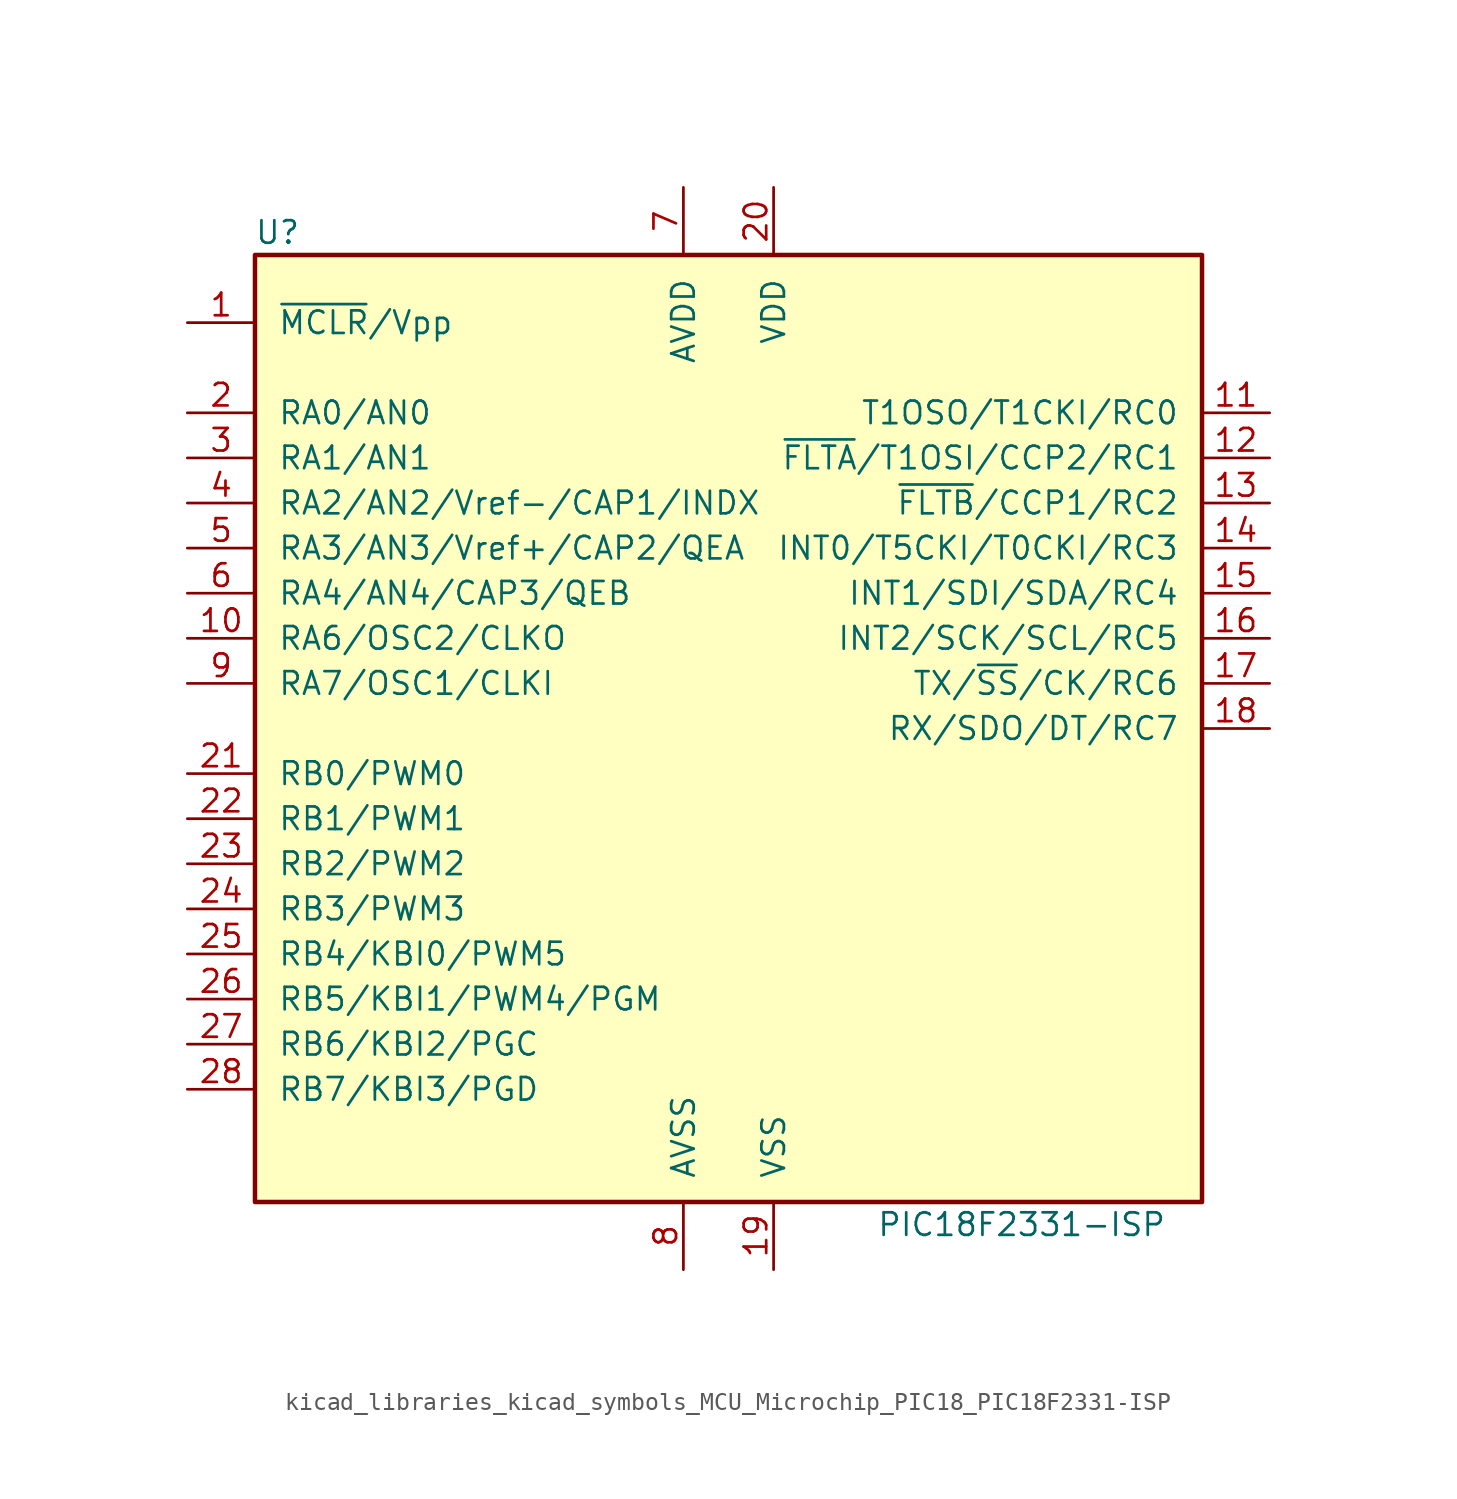
<source format=kicad_sym>
(kicad_symbol_lib
  (version 20220914)
  (generator kicad_symbol_editor)
  (symbol "kicad_libraries_kicad_symbols_MCU_Microchip_PIC18_PIC18F2331-ISP"
    (pin_names
      (offset 1.27))
    (property "Reference" "U"
      (at -25.4 27.94 0)
      (effects (font (size 1.27 1.27))))
    (property "Value" "PIC18F2331-ISP"
      (at 16.51 -27.94 0)
      (effects (font (size 1.27 1.27))))
    (symbol "kicad_libraries_kicad_symbols_MCU_Microchip_PIC18_PIC18F2331-ISP_0_1"
      (rectangle (start -26.67 26.67) (end 26.67 -26.67) (stroke (width 0.254) (type default)) (fill (type background))))
    (symbol "kicad_libraries_kicad_symbols_MCU_Microchip_PIC18_PIC18F2331-ISP_1_1"
      (pin input line (at -30.48 22.86 0) (length 3.81) (name "~{MCLR}/Vpp" (effects (font (size 1.27 1.27)))) (number "1" (effects (font (size 1.27 1.27)))))
      (pin bidirectional line (at -30.48 5.08 0) (length 3.81) (name "RA6/OSC2/CLKO" (effects (font (size 1.27 1.27)))) (number "10" (effects (font (size 1.27 1.27)))))
      (pin bidirectional line (at 30.48 17.78 180) (length 3.81) (name "T1OSO/T1CKI/RC0" (effects (font (size 1.27 1.27)))) (number "11" (effects (font (size 1.27 1.27)))))
      (pin bidirectional line (at 30.48 15.24 180) (length 3.81) (name "~{FLTA}/T1OSI/CCP2/RC1" (effects (font (size 1.27 1.27)))) (number "12" (effects (font (size 1.27 1.27)))))
      (pin bidirectional line (at 30.48 12.7 180) (length 3.81) (name "~{FLTB}/CCP1/RC2" (effects (font (size 1.27 1.27)))) (number "13" (effects (font (size 1.27 1.27)))))
      (pin bidirectional line (at 30.48 10.16 180) (length 3.81) (name "INT0/T5CKI/T0CKI/RC3" (effects (font (size 1.27 1.27)))) (number "14" (effects (font (size 1.27 1.27)))))
      (pin bidirectional line (at 30.48 7.62 180) (length 3.81) (name "INT1/SDI/SDA/RC4" (effects (font (size 1.27 1.27)))) (number "15" (effects (font (size 1.27 1.27)))))
      (pin bidirectional line (at 30.48 5.08 180) (length 3.81) (name "INT2/SCK/SCL/RC5" (effects (font (size 1.27 1.27)))) (number "16" (effects (font (size 1.27 1.27)))))
      (pin bidirectional line (at 30.48 2.54 180) (length 3.81) (name "TX/~{SS}/CK/RC6" (effects (font (size 1.27 1.27)))) (number "17" (effects (font (size 1.27 1.27)))))
      (pin bidirectional line (at 30.48 0 180) (length 3.81) (name "RX/SDO/DT/RC7" (effects (font (size 1.27 1.27)))) (number "18" (effects (font (size 1.27 1.27)))))
      (pin power_in line (at 2.54 -30.48 90) (length 3.81) (name "VSS" (effects (font (size 1.27 1.27)))) (number "19" (effects (font (size 1.27 1.27)))))
      (pin bidirectional line (at -30.48 17.78 0) (length 3.81) (name "RA0/AN0" (effects (font (size 1.27 1.27)))) (number "2" (effects (font (size 1.27 1.27)))))
      (pin power_in line (at 2.54 30.48 270) (length 3.81) (name "VDD" (effects (font (size 1.27 1.27)))) (number "20" (effects (font (size 1.27 1.27)))))
      (pin bidirectional line (at -30.48 -2.54 0) (length 3.81) (name "RB0/PWM0" (effects (font (size 1.27 1.27)))) (number "21" (effects (font (size 1.27 1.27)))))
      (pin bidirectional line (at -30.48 -5.08 0) (length 3.81) (name "RB1/PWM1" (effects (font (size 1.27 1.27)))) (number "22" (effects (font (size 1.27 1.27)))))
      (pin bidirectional line (at -30.48 -7.62 0) (length 3.81) (name "RB2/PWM2" (effects (font (size 1.27 1.27)))) (number "23" (effects (font (size 1.27 1.27)))))
      (pin bidirectional line (at -30.48 -10.16 0) (length 3.81) (name "RB3/PWM3" (effects (font (size 1.27 1.27)))) (number "24" (effects (font (size 1.27 1.27)))))
      (pin bidirectional line (at -30.48 -12.7 0) (length 3.81) (name "RB4/KBI0/PWM5" (effects (font (size 1.27 1.27)))) (number "25" (effects (font (size 1.27 1.27)))))
      (pin bidirectional line (at -30.48 -15.24 0) (length 3.81) (name "RB5/KBI1/PWM4/PGM" (effects (font (size 1.27 1.27)))) (number "26" (effects (font (size 1.27 1.27)))))
      (pin bidirectional line (at -30.48 -17.78 0) (length 3.81) (name "RB6/KBI2/PGC" (effects (font (size 1.27 1.27)))) (number "27" (effects (font (size 1.27 1.27)))))
      (pin bidirectional line (at -30.48 -20.32 0) (length 3.81) (name "RB7/KBI3/PGD" (effects (font (size 1.27 1.27)))) (number "28" (effects (font (size 1.27 1.27)))))
      (pin bidirectional line (at -30.48 15.24 0) (length 3.81) (name "RA1/AN1" (effects (font (size 1.27 1.27)))) (number "3" (effects (font (size 1.27 1.27)))))
      (pin bidirectional line (at -30.48 12.7 0) (length 3.81) (name "RA2/AN2/Vref-/CAP1/INDX" (effects (font (size 1.27 1.27)))) (number "4" (effects (font (size 1.27 1.27)))))
      (pin bidirectional line (at -30.48 10.16 0) (length 3.81) (name "RA3/AN3/Vref+/CAP2/QEA" (effects (font (size 1.27 1.27)))) (number "5" (effects (font (size 1.27 1.27)))))
      (pin bidirectional line (at -30.48 7.62 0) (length 3.81) (name "RA4/AN4/CAP3/QEB" (effects (font (size 1.27 1.27)))) (number "6" (effects (font (size 1.27 1.27)))))
      (pin power_in line (at -2.54 30.48 270) (length 3.81) (name "AVDD" (effects (font (size 1.27 1.27)))) (number "7" (effects (font (size 1.27 1.27)))))
      (pin power_in line (at -2.54 -30.48 90) (length 3.81) (name "AVSS" (effects (font (size 1.27 1.27)))) (number "8" (effects (font (size 1.27 1.27)))))
      (pin bidirectional line (at -30.48 2.54 0) (length 3.81) (name "RA7/OSC1/CLKI" (effects (font (size 1.27 1.27)))) (number "9" (effects (font (size 1.27 1.27))))))))
</source>
